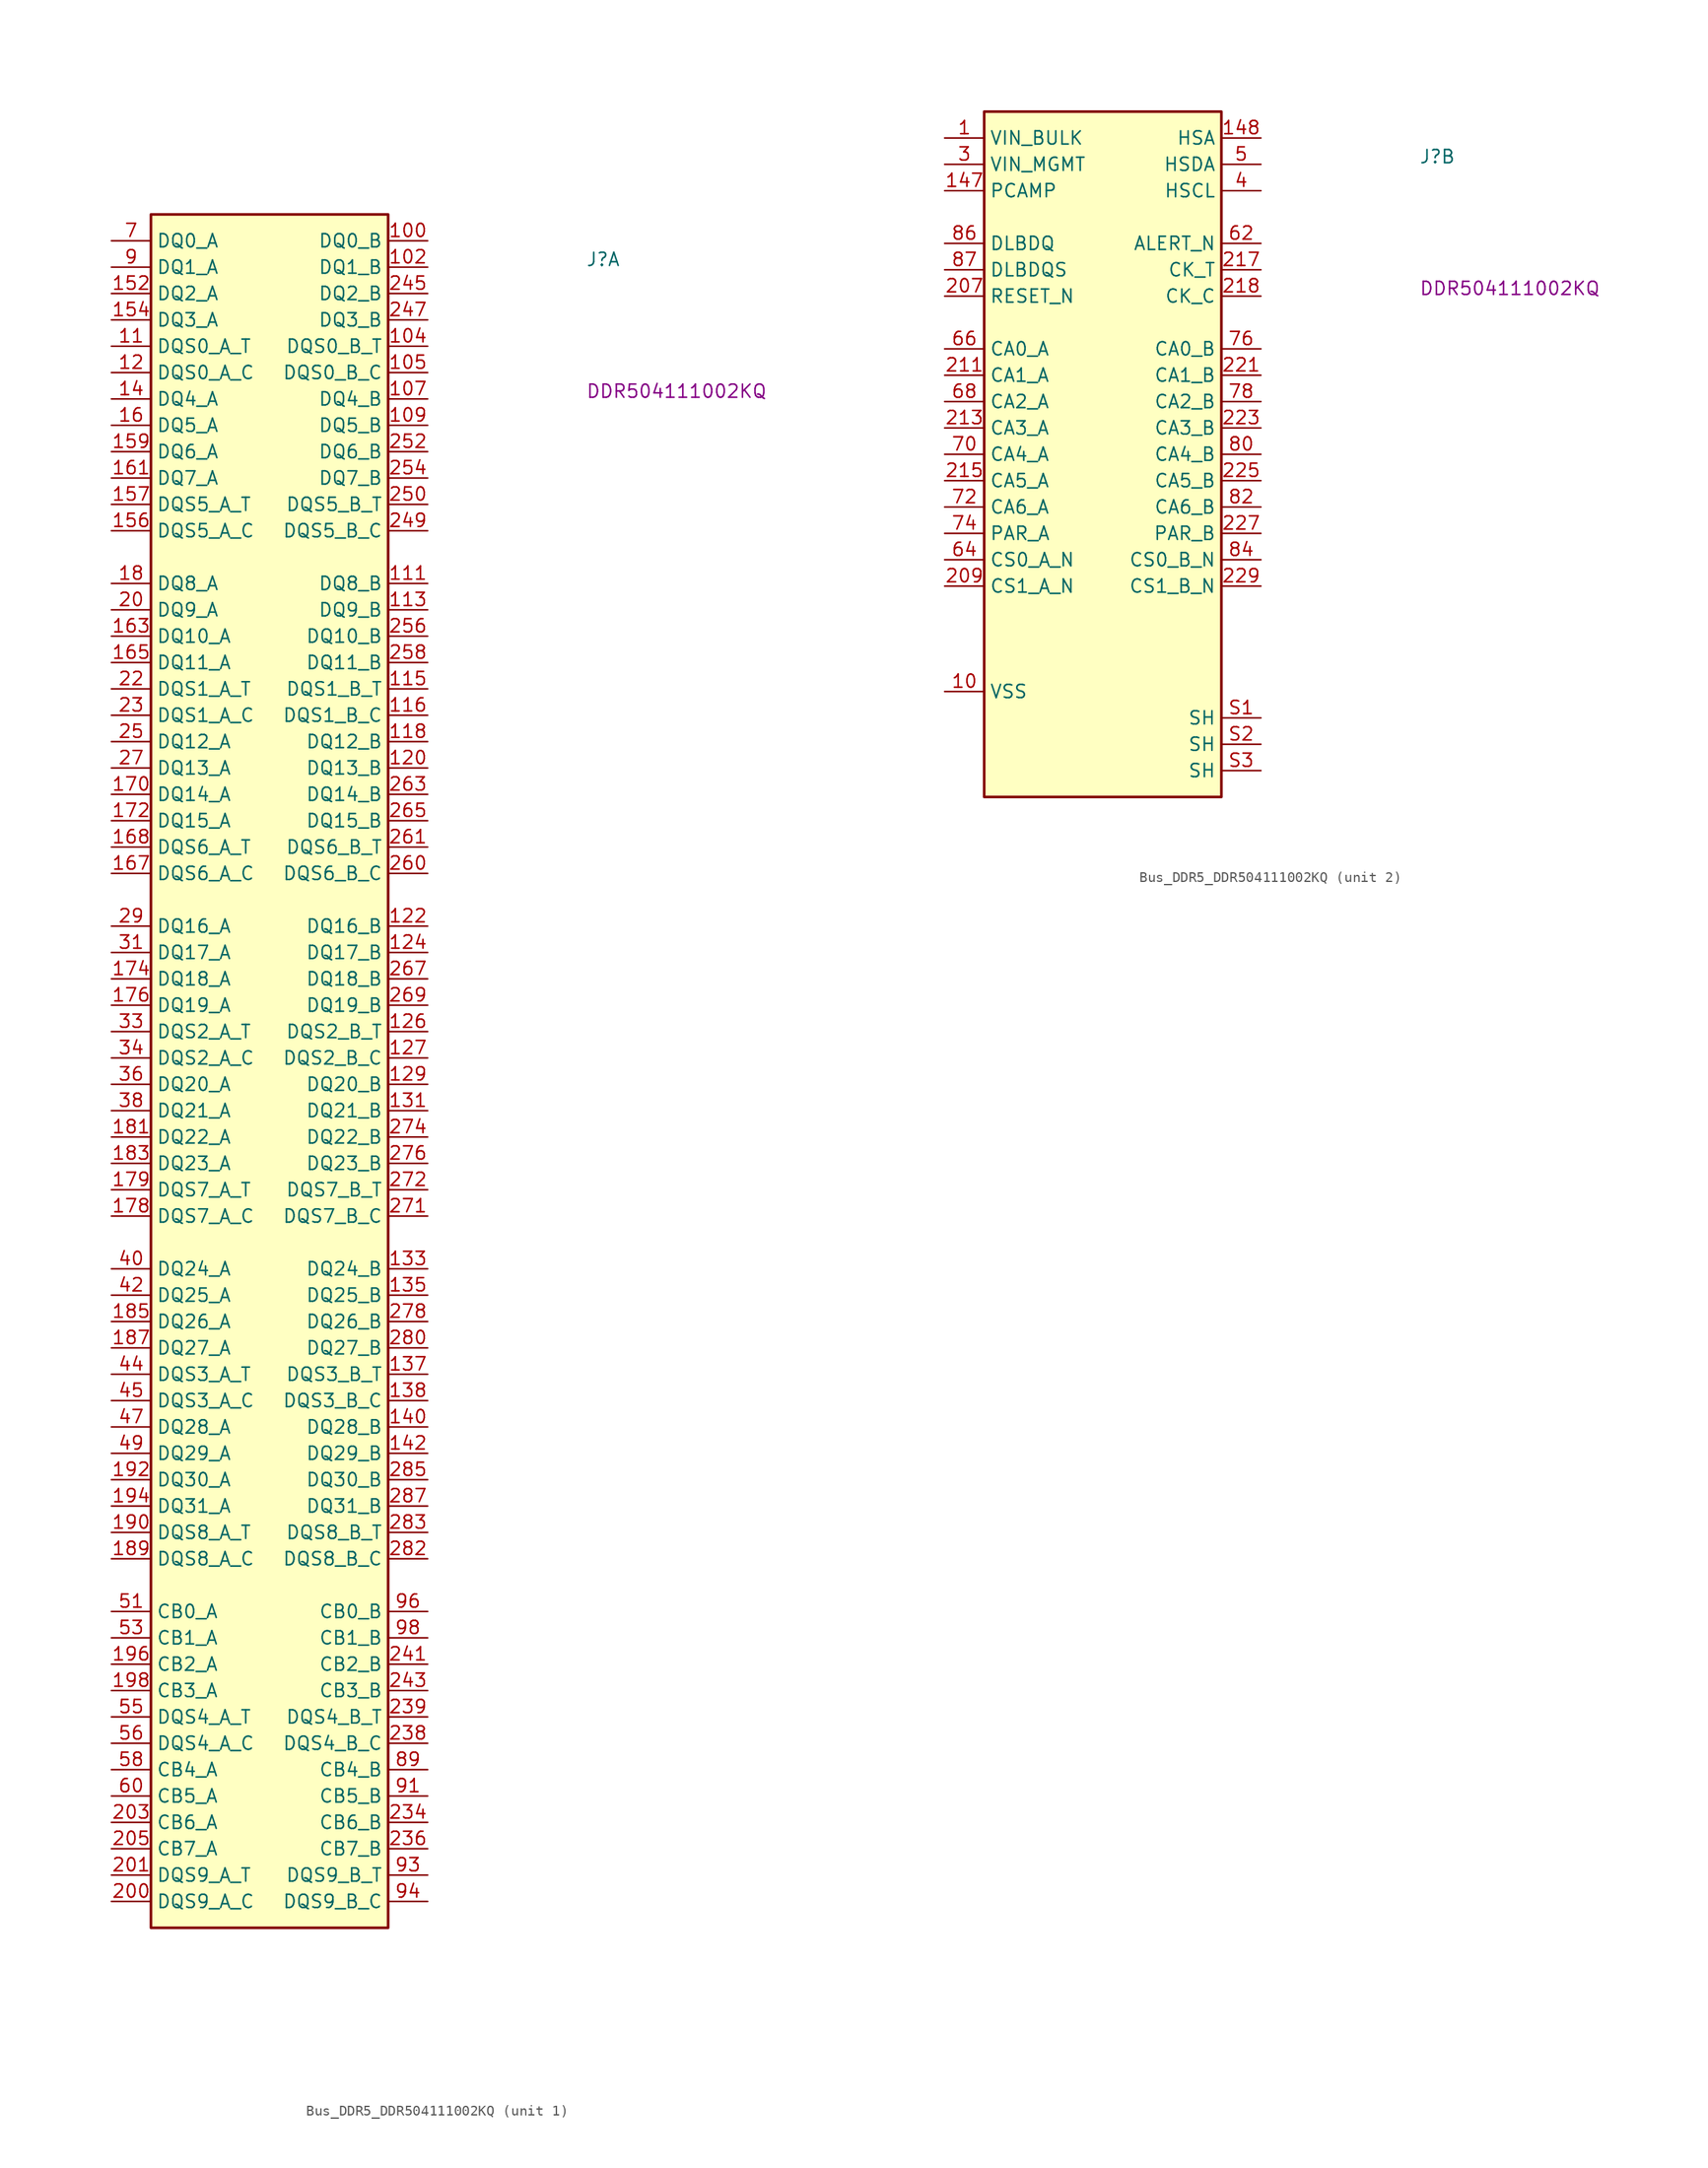
<source format=kicad_sym>
(kicad_symbol_lib
  (version 20220914)
  (generator kicad_symbol_editor)
  (symbol "Bus_DDR5_DDR504111002KQ"
    (property "Reference" "J"
      (at 45.72 -2.54 0)
      (effects (font (size 1.27 1.27) (thickness 0.15)) (justify left bottom)))
    (property "MPN" "DDR504111002KQ"
      (at 45.72 -15.24 0)
      (effects (font (size 1.27 1.27) (thickness 0.15)) (justify left bottom)))
    (property "ki_locked" ""
      (at 0 0 0)
      (effects (font (size 1.27 1.27))))
    (symbol "Bus_DDR5_DDR504111002KQ_1_1"
      (rectangle (start 3.81 2.54) (end 26.67 -162.56) (stroke (width 0.254) (type default)) (fill (type background)))
      (pin input line (at 30.48 0 180) (length 3.81) (name "DQ0_B" (effects (font (size 1.27 1.27)))) (number "100" (effects (font (size 1.27 1.27)))))
      (pin input line (at 30.48 -2.54 180) (length 3.81) (name "DQ1_B" (effects (font (size 1.27 1.27)))) (number "102" (effects (font (size 1.27 1.27)))))
      (pin input line (at 30.48 -10.16 180) (length 3.81) (name "DQS0_B_T" (effects (font (size 1.27 1.27)))) (number "104" (effects (font (size 1.27 1.27)))))
      (pin input line (at 30.48 -12.7 180) (length 3.81) (name "DQS0_B_C" (effects (font (size 1.27 1.27)))) (number "105" (effects (font (size 1.27 1.27)))))
      (pin input line (at 30.48 -15.24 180) (length 3.81) (name "DQ4_B" (effects (font (size 1.27 1.27)))) (number "107" (effects (font (size 1.27 1.27)))))
      (pin input line (at 30.48 -17.78 180) (length 3.81) (name "DQ5_B" (effects (font (size 1.27 1.27)))) (number "109" (effects (font (size 1.27 1.27)))))
      (pin input line (at 0 -10.16 0) (length 3.81) (name "DQS0_A_T" (effects (font (size 1.27 1.27)))) (number "11" (effects (font (size 1.27 1.27)))))
      (pin input line (at 30.48 -33.02 180) (length 3.81) (name "DQ8_B" (effects (font (size 1.27 1.27)))) (number "111" (effects (font (size 1.27 1.27)))))
      (pin input line (at 30.48 -35.56 180) (length 3.81) (name "DQ9_B" (effects (font (size 1.27 1.27)))) (number "113" (effects (font (size 1.27 1.27)))))
      (pin input line (at 30.48 -43.18 180) (length 3.81) (name "DQS1_B_T" (effects (font (size 1.27 1.27)))) (number "115" (effects (font (size 1.27 1.27)))))
      (pin input line (at 30.48 -45.72 180) (length 3.81) (name "DQS1_B_C" (effects (font (size 1.27 1.27)))) (number "116" (effects (font (size 1.27 1.27)))))
      (pin input line (at 30.48 -48.26 180) (length 3.81) (name "DQ12_B" (effects (font (size 1.27 1.27)))) (number "118" (effects (font (size 1.27 1.27)))))
      (pin input line (at 0 -12.7 0) (length 3.81) (name "DQS0_A_C" (effects (font (size 1.27 1.27)))) (number "12" (effects (font (size 1.27 1.27)))))
      (pin input line (at 30.48 -50.8 180) (length 3.81) (name "DQ13_B" (effects (font (size 1.27 1.27)))) (number "120" (effects (font (size 1.27 1.27)))))
      (pin input line (at 30.48 -66.04 180) (length 3.81) (name "DQ16_B" (effects (font (size 1.27 1.27)))) (number "122" (effects (font (size 1.27 1.27)))))
      (pin input line (at 30.48 -68.58 180) (length 3.81) (name "DQ17_B" (effects (font (size 1.27 1.27)))) (number "124" (effects (font (size 1.27 1.27)))))
      (pin input line (at 30.48 -76.2 180) (length 3.81) (name "DQS2_B_T" (effects (font (size 1.27 1.27)))) (number "126" (effects (font (size 1.27 1.27)))))
      (pin input line (at 30.48 -78.74 180) (length 3.81) (name "DQS2_B_C" (effects (font (size 1.27 1.27)))) (number "127" (effects (font (size 1.27 1.27)))))
      (pin input line (at 30.48 -81.28 180) (length 3.81) (name "DQ20_B" (effects (font (size 1.27 1.27)))) (number "129" (effects (font (size 1.27 1.27)))))
      (pin input line (at 30.48 -83.82 180) (length 3.81) (name "DQ21_B" (effects (font (size 1.27 1.27)))) (number "131" (effects (font (size 1.27 1.27)))))
      (pin input line (at 30.48 -99.06 180) (length 3.81) (name "DQ24_B" (effects (font (size 1.27 1.27)))) (number "133" (effects (font (size 1.27 1.27)))))
      (pin input line (at 30.48 -101.6 180) (length 3.81) (name "DQ25_B" (effects (font (size 1.27 1.27)))) (number "135" (effects (font (size 1.27 1.27)))))
      (pin input line (at 30.48 -109.22 180) (length 3.81) (name "DQS3_B_T" (effects (font (size 1.27 1.27)))) (number "137" (effects (font (size 1.27 1.27)))))
      (pin input line (at 30.48 -111.76 180) (length 3.81) (name "DQS3_B_C" (effects (font (size 1.27 1.27)))) (number "138" (effects (font (size 1.27 1.27)))))
      (pin input line (at 0 -15.24 0) (length 3.81) (name "DQ4_A" (effects (font (size 1.27 1.27)))) (number "14" (effects (font (size 1.27 1.27)))))
      (pin input line (at 30.48 -114.3 180) (length 3.81) (name "DQ28_B" (effects (font (size 1.27 1.27)))) (number "140" (effects (font (size 1.27 1.27)))))
      (pin input line (at 30.48 -116.84 180) (length 3.81) (name "DQ29_B" (effects (font (size 1.27 1.27)))) (number "142" (effects (font (size 1.27 1.27)))))
      (pin input line (at 0 -5.08 0) (length 3.81) (name "DQ2_A" (effects (font (size 1.27 1.27)))) (number "152" (effects (font (size 1.27 1.27)))))
      (pin input line (at 0 -7.62 0) (length 3.81) (name "DQ3_A" (effects (font (size 1.27 1.27)))) (number "154" (effects (font (size 1.27 1.27)))))
      (pin input line (at 0 -27.94 0) (length 3.81) (name "DQS5_A_C" (effects (font (size 1.27 1.27)))) (number "156" (effects (font (size 1.27 1.27)))))
      (pin input line (at 0 -25.4 0) (length 3.81) (name "DQS5_A_T" (effects (font (size 1.27 1.27)))) (number "157" (effects (font (size 1.27 1.27)))))
      (pin input line (at 0 -20.32 0) (length 3.81) (name "DQ6_A" (effects (font (size 1.27 1.27)))) (number "159" (effects (font (size 1.27 1.27)))))
      (pin input line (at 0 -17.78 0) (length 3.81) (name "DQ5_A" (effects (font (size 1.27 1.27)))) (number "16" (effects (font (size 1.27 1.27)))))
      (pin input line (at 0 -22.86 0) (length 3.81) (name "DQ7_A" (effects (font (size 1.27 1.27)))) (number "161" (effects (font (size 1.27 1.27)))))
      (pin input line (at 0 -38.1 0) (length 3.81) (name "DQ10_A" (effects (font (size 1.27 1.27)))) (number "163" (effects (font (size 1.27 1.27)))))
      (pin input line (at 0 -40.64 0) (length 3.81) (name "DQ11_A" (effects (font (size 1.27 1.27)))) (number "165" (effects (font (size 1.27 1.27)))))
      (pin input line (at 0 -60.96 0) (length 3.81) (name "DQS6_A_C" (effects (font (size 1.27 1.27)))) (number "167" (effects (font (size 1.27 1.27)))))
      (pin input line (at 0 -58.42 0) (length 3.81) (name "DQS6_A_T" (effects (font (size 1.27 1.27)))) (number "168" (effects (font (size 1.27 1.27)))))
      (pin input line (at 0 -53.34 0) (length 3.81) (name "DQ14_A" (effects (font (size 1.27 1.27)))) (number "170" (effects (font (size 1.27 1.27)))))
      (pin input line (at 0 -55.88 0) (length 3.81) (name "DQ15_A" (effects (font (size 1.27 1.27)))) (number "172" (effects (font (size 1.27 1.27)))))
      (pin input line (at 0 -71.12 0) (length 3.81) (name "DQ18_A" (effects (font (size 1.27 1.27)))) (number "174" (effects (font (size 1.27 1.27)))))
      (pin input line (at 0 -73.66 0) (length 3.81) (name "DQ19_A" (effects (font (size 1.27 1.27)))) (number "176" (effects (font (size 1.27 1.27)))))
      (pin input line (at 0 -93.98 0) (length 3.81) (name "DQS7_A_C" (effects (font (size 1.27 1.27)))) (number "178" (effects (font (size 1.27 1.27)))))
      (pin input line (at 0 -91.44 0) (length 3.81) (name "DQS7_A_T" (effects (font (size 1.27 1.27)))) (number "179" (effects (font (size 1.27 1.27)))))
      (pin input line (at 0 -33.02 0) (length 3.81) (name "DQ8_A" (effects (font (size 1.27 1.27)))) (number "18" (effects (font (size 1.27 1.27)))))
      (pin input line (at 0 -86.36 0) (length 3.81) (name "DQ22_A" (effects (font (size 1.27 1.27)))) (number "181" (effects (font (size 1.27 1.27)))))
      (pin input line (at 0 -88.9 0) (length 3.81) (name "DQ23_A" (effects (font (size 1.27 1.27)))) (number "183" (effects (font (size 1.27 1.27)))))
      (pin input line (at 0 -104.14 0) (length 3.81) (name "DQ26_A" (effects (font (size 1.27 1.27)))) (number "185" (effects (font (size 1.27 1.27)))))
      (pin input line (at 0 -106.68 0) (length 3.81) (name "DQ27_A" (effects (font (size 1.27 1.27)))) (number "187" (effects (font (size 1.27 1.27)))))
      (pin input line (at 0 -127 0) (length 3.81) (name "DQS8_A_C" (effects (font (size 1.27 1.27)))) (number "189" (effects (font (size 1.27 1.27)))))
      (pin input line (at 0 -124.46 0) (length 3.81) (name "DQS8_A_T" (effects (font (size 1.27 1.27)))) (number "190" (effects (font (size 1.27 1.27)))))
      (pin input line (at 0 -119.38 0) (length 3.81) (name "DQ30_A" (effects (font (size 1.27 1.27)))) (number "192" (effects (font (size 1.27 1.27)))))
      (pin input line (at 0 -121.92 0) (length 3.81) (name "DQ31_A" (effects (font (size 1.27 1.27)))) (number "194" (effects (font (size 1.27 1.27)))))
      (pin input line (at 0 -137.16 0) (length 3.81) (name "CB2_A" (effects (font (size 1.27 1.27)))) (number "196" (effects (font (size 1.27 1.27)))))
      (pin input line (at 0 -139.7 0) (length 3.81) (name "CB3_A" (effects (font (size 1.27 1.27)))) (number "198" (effects (font (size 1.27 1.27)))))
      (pin input line (at 0 -35.56 0) (length 3.81) (name "DQ9_A" (effects (font (size 1.27 1.27)))) (number "20" (effects (font (size 1.27 1.27)))))
      (pin input line (at 0 -160.02 0) (length 3.81) (name "DQS9_A_C" (effects (font (size 1.27 1.27)))) (number "200" (effects (font (size 1.27 1.27)))))
      (pin input line (at 0 -157.48 0) (length 3.81) (name "DQS9_A_T" (effects (font (size 1.27 1.27)))) (number "201" (effects (font (size 1.27 1.27)))))
      (pin input line (at 0 -152.4 0) (length 3.81) (name "CB6_A" (effects (font (size 1.27 1.27)))) (number "203" (effects (font (size 1.27 1.27)))))
      (pin input line (at 0 -154.94 0) (length 3.81) (name "CB7_A" (effects (font (size 1.27 1.27)))) (number "205" (effects (font (size 1.27 1.27)))))
      (pin input line (at 0 -43.18 0) (length 3.81) (name "DQS1_A_T" (effects (font (size 1.27 1.27)))) (number "22" (effects (font (size 1.27 1.27)))))
      (pin input line (at 0 -45.72 0) (length 3.81) (name "DQS1_A_C" (effects (font (size 1.27 1.27)))) (number "23" (effects (font (size 1.27 1.27)))))
      (pin input line (at 30.48 -152.4 180) (length 3.81) (name "CB6_B" (effects (font (size 1.27 1.27)))) (number "234" (effects (font (size 1.27 1.27)))))
      (pin input line (at 30.48 -154.94 180) (length 3.81) (name "CB7_B" (effects (font (size 1.27 1.27)))) (number "236" (effects (font (size 1.27 1.27)))))
      (pin input line (at 30.48 -144.78 180) (length 3.81) (name "DQS4_B_C" (effects (font (size 1.27 1.27)))) (number "238" (effects (font (size 1.27 1.27)))))
      (pin input line (at 30.48 -142.24 180) (length 3.81) (name "DQS4_B_T" (effects (font (size 1.27 1.27)))) (number "239" (effects (font (size 1.27 1.27)))))
      (pin input line (at 30.48 -137.16 180) (length 3.81) (name "CB2_B" (effects (font (size 1.27 1.27)))) (number "241" (effects (font (size 1.27 1.27)))))
      (pin input line (at 30.48 -139.7 180) (length 3.81) (name "CB3_B" (effects (font (size 1.27 1.27)))) (number "243" (effects (font (size 1.27 1.27)))))
      (pin input line (at 30.48 -5.08 180) (length 3.81) (name "DQ2_B" (effects (font (size 1.27 1.27)))) (number "245" (effects (font (size 1.27 1.27)))))
      (pin input line (at 30.48 -7.62 180) (length 3.81) (name "DQ3_B" (effects (font (size 1.27 1.27)))) (number "247" (effects (font (size 1.27 1.27)))))
      (pin input line (at 30.48 -27.94 180) (length 3.81) (name "DQS5_B_C" (effects (font (size 1.27 1.27)))) (number "249" (effects (font (size 1.27 1.27)))))
      (pin input line (at 0 -48.26 0) (length 3.81) (name "DQ12_A" (effects (font (size 1.27 1.27)))) (number "25" (effects (font (size 1.27 1.27)))))
      (pin input line (at 30.48 -25.4 180) (length 3.81) (name "DQS5_B_T" (effects (font (size 1.27 1.27)))) (number "250" (effects (font (size 1.27 1.27)))))
      (pin input line (at 30.48 -20.32 180) (length 3.81) (name "DQ6_B" (effects (font (size 1.27 1.27)))) (number "252" (effects (font (size 1.27 1.27)))))
      (pin input line (at 30.48 -22.86 180) (length 3.81) (name "DQ7_B" (effects (font (size 1.27 1.27)))) (number "254" (effects (font (size 1.27 1.27)))))
      (pin input line (at 30.48 -38.1 180) (length 3.81) (name "DQ10_B" (effects (font (size 1.27 1.27)))) (number "256" (effects (font (size 1.27 1.27)))))
      (pin input line (at 30.48 -40.64 180) (length 3.81) (name "DQ11_B" (effects (font (size 1.27 1.27)))) (number "258" (effects (font (size 1.27 1.27)))))
      (pin input line (at 30.48 -60.96 180) (length 3.81) (name "DQS6_B_C" (effects (font (size 1.27 1.27)))) (number "260" (effects (font (size 1.27 1.27)))))
      (pin input line (at 30.48 -58.42 180) (length 3.81) (name "DQS6_B_T" (effects (font (size 1.27 1.27)))) (number "261" (effects (font (size 1.27 1.27)))))
      (pin input line (at 30.48 -53.34 180) (length 3.81) (name "DQ14_B" (effects (font (size 1.27 1.27)))) (number "263" (effects (font (size 1.27 1.27)))))
      (pin input line (at 30.48 -55.88 180) (length 3.81) (name "DQ15_B" (effects (font (size 1.27 1.27)))) (number "265" (effects (font (size 1.27 1.27)))))
      (pin input line (at 30.48 -71.12 180) (length 3.81) (name "DQ18_B" (effects (font (size 1.27 1.27)))) (number "267" (effects (font (size 1.27 1.27)))))
      (pin input line (at 30.48 -73.66 180) (length 3.81) (name "DQ19_B" (effects (font (size 1.27 1.27)))) (number "269" (effects (font (size 1.27 1.27)))))
      (pin input line (at 0 -50.8 0) (length 3.81) (name "DQ13_A" (effects (font (size 1.27 1.27)))) (number "27" (effects (font (size 1.27 1.27)))))
      (pin input line (at 30.48 -93.98 180) (length 3.81) (name "DQS7_B_C" (effects (font (size 1.27 1.27)))) (number "271" (effects (font (size 1.27 1.27)))))
      (pin input line (at 30.48 -91.44 180) (length 3.81) (name "DQS7_B_T" (effects (font (size 1.27 1.27)))) (number "272" (effects (font (size 1.27 1.27)))))
      (pin input line (at 30.48 -86.36 180) (length 3.81) (name "DQ22_B" (effects (font (size 1.27 1.27)))) (number "274" (effects (font (size 1.27 1.27)))))
      (pin input line (at 30.48 -88.9 180) (length 3.81) (name "DQ23_B" (effects (font (size 1.27 1.27)))) (number "276" (effects (font (size 1.27 1.27)))))
      (pin input line (at 30.48 -104.14 180) (length 3.81) (name "DQ26_B" (effects (font (size 1.27 1.27)))) (number "278" (effects (font (size 1.27 1.27)))))
      (pin input line (at 30.48 -106.68 180) (length 3.81) (name "DQ27_B" (effects (font (size 1.27 1.27)))) (number "280" (effects (font (size 1.27 1.27)))))
      (pin input line (at 30.48 -127 180) (length 3.81) (name "DQS8_B_C" (effects (font (size 1.27 1.27)))) (number "282" (effects (font (size 1.27 1.27)))))
      (pin input line (at 30.48 -124.46 180) (length 3.81) (name "DQS8_B_T" (effects (font (size 1.27 1.27)))) (number "283" (effects (font (size 1.27 1.27)))))
      (pin input line (at 30.48 -119.38 180) (length 3.81) (name "DQ30_B" (effects (font (size 1.27 1.27)))) (number "285" (effects (font (size 1.27 1.27)))))
      (pin input line (at 30.48 -121.92 180) (length 3.81) (name "DQ31_B" (effects (font (size 1.27 1.27)))) (number "287" (effects (font (size 1.27 1.27)))))
      (pin input line (at 0 -66.04 0) (length 3.81) (name "DQ16_A" (effects (font (size 1.27 1.27)))) (number "29" (effects (font (size 1.27 1.27)))))
      (pin input line (at 0 -68.58 0) (length 3.81) (name "DQ17_A" (effects (font (size 1.27 1.27)))) (number "31" (effects (font (size 1.27 1.27)))))
      (pin input line (at 0 -76.2 0) (length 3.81) (name "DQS2_A_T" (effects (font (size 1.27 1.27)))) (number "33" (effects (font (size 1.27 1.27)))))
      (pin input line (at 0 -78.74 0) (length 3.81) (name "DQS2_A_C" (effects (font (size 1.27 1.27)))) (number "34" (effects (font (size 1.27 1.27)))))
      (pin input line (at 0 -81.28 0) (length 3.81) (name "DQ20_A" (effects (font (size 1.27 1.27)))) (number "36" (effects (font (size 1.27 1.27)))))
      (pin input line (at 0 -83.82 0) (length 3.81) (name "DQ21_A" (effects (font (size 1.27 1.27)))) (number "38" (effects (font (size 1.27 1.27)))))
      (pin input line (at 0 -99.06 0) (length 3.81) (name "DQ24_A" (effects (font (size 1.27 1.27)))) (number "40" (effects (font (size 1.27 1.27)))))
      (pin input line (at 0 -101.6 0) (length 3.81) (name "DQ25_A" (effects (font (size 1.27 1.27)))) (number "42" (effects (font (size 1.27 1.27)))))
      (pin input line (at 0 -109.22 0) (length 3.81) (name "DQS3_A_T" (effects (font (size 1.27 1.27)))) (number "44" (effects (font (size 1.27 1.27)))))
      (pin input line (at 0 -111.76 0) (length 3.81) (name "DQS3_A_C" (effects (font (size 1.27 1.27)))) (number "45" (effects (font (size 1.27 1.27)))))
      (pin input line (at 0 -114.3 0) (length 3.81) (name "DQ28_A" (effects (font (size 1.27 1.27)))) (number "47" (effects (font (size 1.27 1.27)))))
      (pin input line (at 0 -116.84 0) (length 3.81) (name "DQ29_A" (effects (font (size 1.27 1.27)))) (number "49" (effects (font (size 1.27 1.27)))))
      (pin input line (at 0 -132.08 0) (length 3.81) (name "CB0_A" (effects (font (size 1.27 1.27)))) (number "51" (effects (font (size 1.27 1.27)))))
      (pin input line (at 0 -134.62 0) (length 3.81) (name "CB1_A" (effects (font (size 1.27 1.27)))) (number "53" (effects (font (size 1.27 1.27)))))
      (pin input line (at 0 -142.24 0) (length 3.81) (name "DQS4_A_T" (effects (font (size 1.27 1.27)))) (number "55" (effects (font (size 1.27 1.27)))))
      (pin input line (at 0 -144.78 0) (length 3.81) (name "DQS4_A_C" (effects (font (size 1.27 1.27)))) (number "56" (effects (font (size 1.27 1.27)))))
      (pin input line (at 0 -147.32 0) (length 3.81) (name "CB4_A" (effects (font (size 1.27 1.27)))) (number "58" (effects (font (size 1.27 1.27)))))
      (pin input line (at 0 -149.86 0) (length 3.81) (name "CB5_A" (effects (font (size 1.27 1.27)))) (number "60" (effects (font (size 1.27 1.27)))))
      (pin input line (at 0 0 0) (length 3.81) (name "DQ0_A" (effects (font (size 1.27 1.27)))) (number "7" (effects (font (size 1.27 1.27)))))
      (pin input line (at 30.48 -147.32 180) (length 3.81) (name "CB4_B" (effects (font (size 1.27 1.27)))) (number "89" (effects (font (size 1.27 1.27)))))
      (pin input line (at 0 -2.54 0) (length 3.81) (name "DQ1_A" (effects (font (size 1.27 1.27)))) (number "9" (effects (font (size 1.27 1.27)))))
      (pin input line (at 30.48 -149.86 180) (length 3.81) (name "CB5_B" (effects (font (size 1.27 1.27)))) (number "91" (effects (font (size 1.27 1.27)))))
      (pin input line (at 30.48 -157.48 180) (length 3.81) (name "DQS9_B_T" (effects (font (size 1.27 1.27)))) (number "93" (effects (font (size 1.27 1.27)))))
      (pin input line (at 30.48 -160.02 180) (length 3.81) (name "DQS9_B_C" (effects (font (size 1.27 1.27)))) (number "94" (effects (font (size 1.27 1.27)))))
      (pin input line (at 30.48 -132.08 180) (length 3.81) (name "CB0_B" (effects (font (size 1.27 1.27)))) (number "96" (effects (font (size 1.27 1.27)))))
      (pin input line (at 30.48 -134.62 180) (length 3.81) (name "CB1_B" (effects (font (size 1.27 1.27)))) (number "98" (effects (font (size 1.27 1.27))))))
    (symbol "Bus_DDR5_DDR504111002KQ_2_1"
      (rectangle (start 3.81 2.54) (end 26.67 -63.5) (stroke (width 0.254) (type default)) (fill (type background)))
      (pin input line (at 0 0 0) (length 3.81) (name "VIN_BULK" (effects (font (size 1.27 1.27)))) (number "1" (effects (font (size 1.27 1.27)))))
      (pin input line (at 0 -53.34 0) (length 3.81) (name "VSS" (effects (font (size 1.27 1.27)))) (number "10" (effects (font (size 1.27 1.27)))))
      (pin passive line (at 0 -53.34 0) (length 3.81) hide (name "VSS" (effects (font (size 1.27 1.27)))) (number "101" (effects (font (size 1.27 1.27)))))
      (pin passive line (at 0 -53.34 0) (length 3.81) hide (name "VSS" (effects (font (size 1.27 1.27)))) (number "103" (effects (font (size 1.27 1.27)))))
      (pin passive line (at 0 -53.34 0) (length 3.81) hide (name "VSS" (effects (font (size 1.27 1.27)))) (number "106" (effects (font (size 1.27 1.27)))))
      (pin passive line (at 0 -53.34 0) (length 3.81) hide (name "VSS" (effects (font (size 1.27 1.27)))) (number "108" (effects (font (size 1.27 1.27)))))
      (pin passive line (at 0 -53.34 0) (length 3.81) hide (name "VSS" (effects (font (size 1.27 1.27)))) (number "110" (effects (font (size 1.27 1.27)))))
      (pin passive line (at 0 -53.34 0) (length 3.81) hide (name "VSS" (effects (font (size 1.27 1.27)))) (number "112" (effects (font (size 1.27 1.27)))))
      (pin passive line (at 0 -53.34 0) (length 3.81) hide (name "VSS" (effects (font (size 1.27 1.27)))) (number "114" (effects (font (size 1.27 1.27)))))
      (pin passive line (at 0 -53.34 0) (length 3.81) hide (name "VSS" (effects (font (size 1.27 1.27)))) (number "117" (effects (font (size 1.27 1.27)))))
      (pin passive line (at 0 -53.34 0) (length 3.81) hide (name "VSS" (effects (font (size 1.27 1.27)))) (number "119" (effects (font (size 1.27 1.27)))))
      (pin passive line (at 0 -53.34 0) (length 3.81) hide (name "VSS" (effects (font (size 1.27 1.27)))) (number "121" (effects (font (size 1.27 1.27)))))
      (pin passive line (at 0 -53.34 0) (length 3.81) hide (name "VSS" (effects (font (size 1.27 1.27)))) (number "123" (effects (font (size 1.27 1.27)))))
      (pin passive line (at 0 -53.34 0) (length 3.81) hide (name "VSS" (effects (font (size 1.27 1.27)))) (number "125" (effects (font (size 1.27 1.27)))))
      (pin passive line (at 0 -53.34 0) (length 3.81) hide (name "VSS" (effects (font (size 1.27 1.27)))) (number "128" (effects (font (size 1.27 1.27)))))
      (pin passive line (at 0 -53.34 0) (length 3.81) hide (name "VSS" (effects (font (size 1.27 1.27)))) (number "13" (effects (font (size 1.27 1.27)))))
      (pin passive line (at 0 -53.34 0) (length 3.81) hide (name "VSS" (effects (font (size 1.27 1.27)))) (number "130" (effects (font (size 1.27 1.27)))))
      (pin passive line (at 0 -53.34 0) (length 3.81) hide (name "VSS" (effects (font (size 1.27 1.27)))) (number "132" (effects (font (size 1.27 1.27)))))
      (pin passive line (at 0 -53.34 0) (length 3.81) hide (name "VSS" (effects (font (size 1.27 1.27)))) (number "134" (effects (font (size 1.27 1.27)))))
      (pin passive line (at 0 -53.34 0) (length 3.81) hide (name "VSS" (effects (font (size 1.27 1.27)))) (number "136" (effects (font (size 1.27 1.27)))))
      (pin passive line (at 0 -53.34 0) (length 3.81) hide (name "VSS" (effects (font (size 1.27 1.27)))) (number "139" (effects (font (size 1.27 1.27)))))
      (pin passive line (at 0 -53.34 0) (length 3.81) hide (name "VSS" (effects (font (size 1.27 1.27)))) (number "141" (effects (font (size 1.27 1.27)))))
      (pin passive line (at 0 -53.34 0) (length 3.81) hide (name "VSS" (effects (font (size 1.27 1.27)))) (number "143" (effects (font (size 1.27 1.27)))))
      (pin no_connect line (at 3.81 -50.8 0) (length 3.81) hide (name "RFU" (effects (font (size 1.27 1.27)))) (number "144" (effects (font (size 1.27 1.27)))))
      (pin passive line (at 0 0 0) (length 3.81) hide (name "VIN_BULK" (effects (font (size 1.27 1.27)))) (number "145" (effects (font (size 1.27 1.27)))))
      (pin passive line (at 0 0 0) (length 3.81) hide (name "VIN_BULK" (effects (font (size 1.27 1.27)))) (number "146" (effects (font (size 1.27 1.27)))))
      (pin input line (at 0 -5.08 0) (length 3.81) (name "PCAMP" (effects (font (size 1.27 1.27)))) (number "147" (effects (font (size 1.27 1.27)))))
      (pin input line (at 30.48 0 180) (length 3.81) (name "HSA" (effects (font (size 1.27 1.27)))) (number "148" (effects (font (size 1.27 1.27)))))
      (pin no_connect line (at 26.67 -45.72 180) (length 3.81) hide (name "RFU" (effects (font (size 1.27 1.27)))) (number "149" (effects (font (size 1.27 1.27)))))
      (pin passive line (at 0 -53.34 0) (length 3.81) hide (name "VSS" (effects (font (size 1.27 1.27)))) (number "15" (effects (font (size 1.27 1.27)))))
      (pin no_connect line (at 3.81 -45.72 0) (length 3.81) hide (name "RFU" (effects (font (size 1.27 1.27)))) (number "150" (effects (font (size 1.27 1.27)))))
      (pin passive line (at 0 -53.34 0) (length 3.81) hide (name "VSS" (effects (font (size 1.27 1.27)))) (number "151" (effects (font (size 1.27 1.27)))))
      (pin passive line (at 0 -53.34 0) (length 3.81) hide (name "VSS" (effects (font (size 1.27 1.27)))) (number "153" (effects (font (size 1.27 1.27)))))
      (pin passive line (at 0 -53.34 0) (length 3.81) hide (name "VSS" (effects (font (size 1.27 1.27)))) (number "155" (effects (font (size 1.27 1.27)))))
      (pin passive line (at 0 -53.34 0) (length 3.81) hide (name "VSS" (effects (font (size 1.27 1.27)))) (number "158" (effects (font (size 1.27 1.27)))))
      (pin passive line (at 0 -53.34 0) (length 3.81) hide (name "VSS" (effects (font (size 1.27 1.27)))) (number "160" (effects (font (size 1.27 1.27)))))
      (pin passive line (at 0 -53.34 0) (length 3.81) hide (name "VSS" (effects (font (size 1.27 1.27)))) (number "162" (effects (font (size 1.27 1.27)))))
      (pin passive line (at 0 -53.34 0) (length 3.81) hide (name "VSS" (effects (font (size 1.27 1.27)))) (number "164" (effects (font (size 1.27 1.27)))))
      (pin passive line (at 0 -53.34 0) (length 3.81) hide (name "VSS" (effects (font (size 1.27 1.27)))) (number "166" (effects (font (size 1.27 1.27)))))
      (pin passive line (at 0 -53.34 0) (length 3.81) hide (name "VSS" (effects (font (size 1.27 1.27)))) (number "169" (effects (font (size 1.27 1.27)))))
      (pin passive line (at 0 -53.34 0) (length 3.81) hide (name "VSS" (effects (font (size 1.27 1.27)))) (number "17" (effects (font (size 1.27 1.27)))))
      (pin passive line (at 0 -53.34 0) (length 3.81) hide (name "VSS" (effects (font (size 1.27 1.27)))) (number "171" (effects (font (size 1.27 1.27)))))
      (pin passive line (at 0 -53.34 0) (length 3.81) hide (name "VSS" (effects (font (size 1.27 1.27)))) (number "173" (effects (font (size 1.27 1.27)))))
      (pin passive line (at 0 -53.34 0) (length 3.81) hide (name "VSS" (effects (font (size 1.27 1.27)))) (number "175" (effects (font (size 1.27 1.27)))))
      (pin passive line (at 0 -53.34 0) (length 3.81) hide (name "VSS" (effects (font (size 1.27 1.27)))) (number "177" (effects (font (size 1.27 1.27)))))
      (pin passive line (at 0 -53.34 0) (length 3.81) hide (name "VSS" (effects (font (size 1.27 1.27)))) (number "180" (effects (font (size 1.27 1.27)))))
      (pin passive line (at 0 -53.34 0) (length 3.81) hide (name "VSS" (effects (font (size 1.27 1.27)))) (number "182" (effects (font (size 1.27 1.27)))))
      (pin passive line (at 0 -53.34 0) (length 3.81) hide (name "VSS" (effects (font (size 1.27 1.27)))) (number "184" (effects (font (size 1.27 1.27)))))
      (pin passive line (at 0 -53.34 0) (length 3.81) hide (name "VSS" (effects (font (size 1.27 1.27)))) (number "186" (effects (font (size 1.27 1.27)))))
      (pin passive line (at 0 -53.34 0) (length 3.81) hide (name "VSS" (effects (font (size 1.27 1.27)))) (number "188" (effects (font (size 1.27 1.27)))))
      (pin passive line (at 0 -53.34 0) (length 3.81) hide (name "VSS" (effects (font (size 1.27 1.27)))) (number "19" (effects (font (size 1.27 1.27)))))
      (pin passive line (at 0 -53.34 0) (length 3.81) hide (name "VSS" (effects (font (size 1.27 1.27)))) (number "191" (effects (font (size 1.27 1.27)))))
      (pin passive line (at 0 -53.34 0) (length 3.81) hide (name "VSS" (effects (font (size 1.27 1.27)))) (number "193" (effects (font (size 1.27 1.27)))))
      (pin passive line (at 0 -53.34 0) (length 3.81) hide (name "VSS" (effects (font (size 1.27 1.27)))) (number "195" (effects (font (size 1.27 1.27)))))
      (pin passive line (at 0 -53.34 0) (length 3.81) hide (name "VSS" (effects (font (size 1.27 1.27)))) (number "197" (effects (font (size 1.27 1.27)))))
      (pin passive line (at 0 -53.34 0) (length 3.81) hide (name "VSS" (effects (font (size 1.27 1.27)))) (number "199" (effects (font (size 1.27 1.27)))))
      (pin no_connect line (at 3.81 -48.26 0) (length 3.81) hide (name "RFU" (effects (font (size 1.27 1.27)))) (number "2" (effects (font (size 1.27 1.27)))))
      (pin passive line (at 0 -53.34 0) (length 3.81) hide (name "VSS" (effects (font (size 1.27 1.27)))) (number "202" (effects (font (size 1.27 1.27)))))
      (pin passive line (at 0 -53.34 0) (length 3.81) hide (name "VSS" (effects (font (size 1.27 1.27)))) (number "204" (effects (font (size 1.27 1.27)))))
      (pin passive line (at 0 -53.34 0) (length 3.81) hide (name "VSS" (effects (font (size 1.27 1.27)))) (number "206" (effects (font (size 1.27 1.27)))))
      (pin input line (at 0 -15.24 0) (length 3.81) (name "RESET_N" (effects (font (size 1.27 1.27)))) (number "207" (effects (font (size 1.27 1.27)))))
      (pin passive line (at 0 -53.34 0) (length 3.81) hide (name "VSS" (effects (font (size 1.27 1.27)))) (number "208" (effects (font (size 1.27 1.27)))))
      (pin input line (at 0 -43.18 0) (length 3.81) (name "CS1_A_N" (effects (font (size 1.27 1.27)))) (number "209" (effects (font (size 1.27 1.27)))))
      (pin passive line (at 0 -53.34 0) (length 3.81) hide (name "VSS" (effects (font (size 1.27 1.27)))) (number "21" (effects (font (size 1.27 1.27)))))
      (pin passive line (at 0 -53.34 0) (length 3.81) hide (name "VSS" (effects (font (size 1.27 1.27)))) (number "210" (effects (font (size 1.27 1.27)))))
      (pin input line (at 0 -22.86 0) (length 3.81) (name "CA1_A" (effects (font (size 1.27 1.27)))) (number "211" (effects (font (size 1.27 1.27)))))
      (pin passive line (at 0 -53.34 0) (length 3.81) hide (name "VSS" (effects (font (size 1.27 1.27)))) (number "212" (effects (font (size 1.27 1.27)))))
      (pin input line (at 0 -27.94 0) (length 3.81) (name "CA3_A" (effects (font (size 1.27 1.27)))) (number "213" (effects (font (size 1.27 1.27)))))
      (pin passive line (at 0 -53.34 0) (length 3.81) hide (name "VSS" (effects (font (size 1.27 1.27)))) (number "214" (effects (font (size 1.27 1.27)))))
      (pin input line (at 0 -33.02 0) (length 3.81) (name "CA5_A" (effects (font (size 1.27 1.27)))) (number "215" (effects (font (size 1.27 1.27)))))
      (pin passive line (at 0 -53.34 0) (length 3.81) hide (name "VSS" (effects (font (size 1.27 1.27)))) (number "216" (effects (font (size 1.27 1.27)))))
      (pin input line (at 30.48 -12.7 180) (length 3.81) (name "CK_T" (effects (font (size 1.27 1.27)))) (number "217" (effects (font (size 1.27 1.27)))))
      (pin input line (at 30.48 -15.24 180) (length 3.81) (name "CK_C" (effects (font (size 1.27 1.27)))) (number "218" (effects (font (size 1.27 1.27)))))
      (pin passive line (at 0 -53.34 0) (length 3.81) hide (name "VSS" (effects (font (size 1.27 1.27)))) (number "219" (effects (font (size 1.27 1.27)))))
      (pin no_connect line (at 26.67 -50.8 180) (length 3.81) hide (name "RFU" (effects (font (size 1.27 1.27)))) (number "220" (effects (font (size 1.27 1.27)))))
      (pin input line (at 30.48 -22.86 180) (length 3.81) (name "CA1_B" (effects (font (size 1.27 1.27)))) (number "221" (effects (font (size 1.27 1.27)))))
      (pin passive line (at 0 -53.34 0) (length 3.81) hide (name "VSS" (effects (font (size 1.27 1.27)))) (number "222" (effects (font (size 1.27 1.27)))))
      (pin input line (at 30.48 -27.94 180) (length 3.81) (name "CA3_B" (effects (font (size 1.27 1.27)))) (number "223" (effects (font (size 1.27 1.27)))))
      (pin passive line (at 0 -53.34 0) (length 3.81) hide (name "VSS" (effects (font (size 1.27 1.27)))) (number "224" (effects (font (size 1.27 1.27)))))
      (pin input line (at 30.48 -33.02 180) (length 3.81) (name "CA5_B" (effects (font (size 1.27 1.27)))) (number "225" (effects (font (size 1.27 1.27)))))
      (pin passive line (at 0 -53.34 0) (length 3.81) hide (name "VSS" (effects (font (size 1.27 1.27)))) (number "226" (effects (font (size 1.27 1.27)))))
      (pin input line (at 30.48 -38.1 180) (length 3.81) (name "PAR_B" (effects (font (size 1.27 1.27)))) (number "227" (effects (font (size 1.27 1.27)))))
      (pin passive line (at 0 -53.34 0) (length 3.81) hide (name "VSS" (effects (font (size 1.27 1.27)))) (number "228" (effects (font (size 1.27 1.27)))))
      (pin input line (at 30.48 -43.18 180) (length 3.81) (name "CS1_B_N" (effects (font (size 1.27 1.27)))) (number "229" (effects (font (size 1.27 1.27)))))
      (pin passive line (at 0 -53.34 0) (length 3.81) hide (name "VSS" (effects (font (size 1.27 1.27)))) (number "230" (effects (font (size 1.27 1.27)))))
      (pin no_connect line (at 26.67 -53.34 180) (length 3.81) hide (name "RFU" (effects (font (size 1.27 1.27)))) (number "231" (effects (font (size 1.27 1.27)))))
      (pin no_connect line (at 26.67 -48.26 180) (length 3.81) hide (name "RFU" (effects (font (size 1.27 1.27)))) (number "232" (effects (font (size 1.27 1.27)))))
      (pin passive line (at 0 -53.34 0) (length 3.81) hide (name "VSS" (effects (font (size 1.27 1.27)))) (number "233" (effects (font (size 1.27 1.27)))))
      (pin passive line (at 0 -53.34 0) (length 3.81) hide (name "VSS" (effects (font (size 1.27 1.27)))) (number "235" (effects (font (size 1.27 1.27)))))
      (pin passive line (at 0 -53.34 0) (length 3.81) hide (name "VSS" (effects (font (size 1.27 1.27)))) (number "237" (effects (font (size 1.27 1.27)))))
      (pin passive line (at 0 -53.34 0) (length 3.81) hide (name "VSS" (effects (font (size 1.27 1.27)))) (number "24" (effects (font (size 1.27 1.27)))))
      (pin passive line (at 0 -53.34 0) (length 3.81) hide (name "VSS" (effects (font (size 1.27 1.27)))) (number "240" (effects (font (size 1.27 1.27)))))
      (pin passive line (at 0 -53.34 0) (length 3.81) hide (name "VSS" (effects (font (size 1.27 1.27)))) (number "242" (effects (font (size 1.27 1.27)))))
      (pin passive line (at 0 -53.34 0) (length 3.81) hide (name "VSS" (effects (font (size 1.27 1.27)))) (number "244" (effects (font (size 1.27 1.27)))))
      (pin passive line (at 0 -53.34 0) (length 3.81) hide (name "VSS" (effects (font (size 1.27 1.27)))) (number "246" (effects (font (size 1.27 1.27)))))
      (pin passive line (at 0 -53.34 0) (length 3.81) hide (name "VSS" (effects (font (size 1.27 1.27)))) (number "248" (effects (font (size 1.27 1.27)))))
      (pin passive line (at 0 -53.34 0) (length 3.81) hide (name "VSS" (effects (font (size 1.27 1.27)))) (number "251" (effects (font (size 1.27 1.27)))))
      (pin passive line (at 0 -53.34 0) (length 3.81) hide (name "VSS" (effects (font (size 1.27 1.27)))) (number "253" (effects (font (size 1.27 1.27)))))
      (pin passive line (at 0 -53.34 0) (length 3.81) hide (name "VSS" (effects (font (size 1.27 1.27)))) (number "255" (effects (font (size 1.27 1.27)))))
      (pin passive line (at 0 -53.34 0) (length 3.81) hide (name "VSS" (effects (font (size 1.27 1.27)))) (number "257" (effects (font (size 1.27 1.27)))))
      (pin passive line (at 0 -53.34 0) (length 3.81) hide (name "VSS" (effects (font (size 1.27 1.27)))) (number "259" (effects (font (size 1.27 1.27)))))
      (pin passive line (at 0 -53.34 0) (length 3.81) hide (name "VSS" (effects (font (size 1.27 1.27)))) (number "26" (effects (font (size 1.27 1.27)))))
      (pin passive line (at 0 -53.34 0) (length 3.81) hide (name "VSS" (effects (font (size 1.27 1.27)))) (number "262" (effects (font (size 1.27 1.27)))))
      (pin passive line (at 0 -53.34 0) (length 3.81) hide (name "VSS" (effects (font (size 1.27 1.27)))) (number "264" (effects (font (size 1.27 1.27)))))
      (pin passive line (at 0 -53.34 0) (length 3.81) hide (name "VSS" (effects (font (size 1.27 1.27)))) (number "266" (effects (font (size 1.27 1.27)))))
      (pin passive line (at 0 -53.34 0) (length 3.81) hide (name "VSS" (effects (font (size 1.27 1.27)))) (number "268" (effects (font (size 1.27 1.27)))))
      (pin passive line (at 0 -53.34 0) (length 3.81) hide (name "VSS" (effects (font (size 1.27 1.27)))) (number "270" (effects (font (size 1.27 1.27)))))
      (pin passive line (at 0 -53.34 0) (length 3.81) hide (name "VSS" (effects (font (size 1.27 1.27)))) (number "273" (effects (font (size 1.27 1.27)))))
      (pin passive line (at 0 -53.34 0) (length 3.81) hide (name "VSS" (effects (font (size 1.27 1.27)))) (number "275" (effects (font (size 1.27 1.27)))))
      (pin passive line (at 0 -53.34 0) (length 3.81) hide (name "VSS" (effects (font (size 1.27 1.27)))) (number "277" (effects (font (size 1.27 1.27)))))
      (pin passive line (at 0 -53.34 0) (length 3.81) hide (name "VSS" (effects (font (size 1.27 1.27)))) (number "279" (effects (font (size 1.27 1.27)))))
      (pin passive line (at 0 -53.34 0) (length 3.81) hide (name "VSS" (effects (font (size 1.27 1.27)))) (number "28" (effects (font (size 1.27 1.27)))))
      (pin passive line (at 0 -53.34 0) (length 3.81) hide (name "VSS" (effects (font (size 1.27 1.27)))) (number "281" (effects (font (size 1.27 1.27)))))
      (pin passive line (at 0 -53.34 0) (length 3.81) hide (name "VSS" (effects (font (size 1.27 1.27)))) (number "284" (effects (font (size 1.27 1.27)))))
      (pin passive line (at 0 -53.34 0) (length 3.81) hide (name "VSS" (effects (font (size 1.27 1.27)))) (number "286" (effects (font (size 1.27 1.27)))))
      (pin passive line (at 0 -53.34 0) (length 3.81) hide (name "VSS" (effects (font (size 1.27 1.27)))) (number "288" (effects (font (size 1.27 1.27)))))
      (pin input line (at 0 -2.54 0) (length 3.81) (name "VIN_MGMT" (effects (font (size 1.27 1.27)))) (number "3" (effects (font (size 1.27 1.27)))))
      (pin passive line (at 0 -53.34 0) (length 3.81) hide (name "VSS" (effects (font (size 1.27 1.27)))) (number "30" (effects (font (size 1.27 1.27)))))
      (pin passive line (at 0 -53.34 0) (length 3.81) hide (name "VSS" (effects (font (size 1.27 1.27)))) (number "32" (effects (font (size 1.27 1.27)))))
      (pin passive line (at 0 -53.34 0) (length 3.81) hide (name "VSS" (effects (font (size 1.27 1.27)))) (number "35" (effects (font (size 1.27 1.27)))))
      (pin passive line (at 0 -53.34 0) (length 3.81) hide (name "VSS" (effects (font (size 1.27 1.27)))) (number "37" (effects (font (size 1.27 1.27)))))
      (pin passive line (at 0 -53.34 0) (length 3.81) hide (name "VSS" (effects (font (size 1.27 1.27)))) (number "39" (effects (font (size 1.27 1.27)))))
      (pin input line (at 30.48 -5.08 180) (length 3.81) (name "HSCL" (effects (font (size 1.27 1.27)))) (number "4" (effects (font (size 1.27 1.27)))))
      (pin passive line (at 0 -53.34 0) (length 3.81) hide (name "VSS" (effects (font (size 1.27 1.27)))) (number "41" (effects (font (size 1.27 1.27)))))
      (pin passive line (at 0 -53.34 0) (length 3.81) hide (name "VSS" (effects (font (size 1.27 1.27)))) (number "43" (effects (font (size 1.27 1.27)))))
      (pin passive line (at 0 -53.34 0) (length 3.81) hide (name "VSS" (effects (font (size 1.27 1.27)))) (number "46" (effects (font (size 1.27 1.27)))))
      (pin passive line (at 0 -53.34 0) (length 3.81) hide (name "VSS" (effects (font (size 1.27 1.27)))) (number "48" (effects (font (size 1.27 1.27)))))
      (pin input line (at 30.48 -2.54 180) (length 3.81) (name "HSDA" (effects (font (size 1.27 1.27)))) (number "5" (effects (font (size 1.27 1.27)))))
      (pin passive line (at 0 -53.34 0) (length 3.81) hide (name "VSS" (effects (font (size 1.27 1.27)))) (number "50" (effects (font (size 1.27 1.27)))))
      (pin passive line (at 0 -53.34 0) (length 3.81) hide (name "VSS" (effects (font (size 1.27 1.27)))) (number "52" (effects (font (size 1.27 1.27)))))
      (pin passive line (at 0 -53.34 0) (length 3.81) hide (name "VSS" (effects (font (size 1.27 1.27)))) (number "54" (effects (font (size 1.27 1.27)))))
      (pin passive line (at 0 -53.34 0) (length 3.81) hide (name "VSS" (effects (font (size 1.27 1.27)))) (number "57" (effects (font (size 1.27 1.27)))))
      (pin passive line (at 0 -53.34 0) (length 3.81) hide (name "VSS" (effects (font (size 1.27 1.27)))) (number "59" (effects (font (size 1.27 1.27)))))
      (pin passive line (at 0 -53.34 0) (length 3.81) hide (name "VSS" (effects (font (size 1.27 1.27)))) (number "6" (effects (font (size 1.27 1.27)))))
      (pin passive line (at 0 -53.34 0) (length 3.81) hide (name "VSS" (effects (font (size 1.27 1.27)))) (number "61" (effects (font (size 1.27 1.27)))))
      (pin input line (at 30.48 -10.16 180) (length 3.81) (name "ALERT_N" (effects (font (size 1.27 1.27)))) (number "62" (effects (font (size 1.27 1.27)))))
      (pin passive line (at 0 -53.34 0) (length 3.81) hide (name "VSS" (effects (font (size 1.27 1.27)))) (number "63" (effects (font (size 1.27 1.27)))))
      (pin input line (at 0 -40.64 0) (length 3.81) (name "CS0_A_N" (effects (font (size 1.27 1.27)))) (number "64" (effects (font (size 1.27 1.27)))))
      (pin passive line (at 0 -53.34 0) (length 3.81) hide (name "VSS" (effects (font (size 1.27 1.27)))) (number "65" (effects (font (size 1.27 1.27)))))
      (pin input line (at 0 -20.32 0) (length 3.81) (name "CA0_A" (effects (font (size 1.27 1.27)))) (number "66" (effects (font (size 1.27 1.27)))))
      (pin passive line (at 0 -53.34 0) (length 3.81) hide (name "VSS" (effects (font (size 1.27 1.27)))) (number "67" (effects (font (size 1.27 1.27)))))
      (pin input line (at 0 -25.4 0) (length 3.81) (name "CA2_A" (effects (font (size 1.27 1.27)))) (number "68" (effects (font (size 1.27 1.27)))))
      (pin passive line (at 0 -53.34 0) (length 3.81) hide (name "VSS" (effects (font (size 1.27 1.27)))) (number "69" (effects (font (size 1.27 1.27)))))
      (pin input line (at 0 -30.48 0) (length 3.81) (name "CA4_A" (effects (font (size 1.27 1.27)))) (number "70" (effects (font (size 1.27 1.27)))))
      (pin passive line (at 0 -53.34 0) (length 3.81) hide (name "VSS" (effects (font (size 1.27 1.27)))) (number "71" (effects (font (size 1.27 1.27)))))
      (pin input line (at 0 -35.56 0) (length 3.81) (name "CA6_A" (effects (font (size 1.27 1.27)))) (number "72" (effects (font (size 1.27 1.27)))))
      (pin passive line (at 0 -53.34 0) (length 3.81) hide (name "VSS" (effects (font (size 1.27 1.27)))) (number "73" (effects (font (size 1.27 1.27)))))
      (pin input line (at 0 -38.1 0) (length 3.81) (name "PAR_A" (effects (font (size 1.27 1.27)))) (number "74" (effects (font (size 1.27 1.27)))))
      (pin passive line (at 0 -53.34 0) (length 3.81) hide (name "VSS" (effects (font (size 1.27 1.27)))) (number "75" (effects (font (size 1.27 1.27)))))
      (pin input line (at 30.48 -20.32 180) (length 3.81) (name "CA0_B" (effects (font (size 1.27 1.27)))) (number "76" (effects (font (size 1.27 1.27)))))
      (pin passive line (at 0 -53.34 0) (length 3.81) hide (name "VSS" (effects (font (size 1.27 1.27)))) (number "77" (effects (font (size 1.27 1.27)))))
      (pin input line (at 30.48 -25.4 180) (length 3.81) (name "CA2_B" (effects (font (size 1.27 1.27)))) (number "78" (effects (font (size 1.27 1.27)))))
      (pin passive line (at 0 -53.34 0) (length 3.81) hide (name "VSS" (effects (font (size 1.27 1.27)))) (number "79" (effects (font (size 1.27 1.27)))))
      (pin passive line (at 0 -53.34 0) (length 3.81) hide (name "VSS" (effects (font (size 1.27 1.27)))) (number "8" (effects (font (size 1.27 1.27)))))
      (pin input line (at 30.48 -30.48 180) (length 3.81) (name "CA4_B" (effects (font (size 1.27 1.27)))) (number "80" (effects (font (size 1.27 1.27)))))
      (pin passive line (at 0 -53.34 0) (length 3.81) hide (name "VSS" (effects (font (size 1.27 1.27)))) (number "81" (effects (font (size 1.27 1.27)))))
      (pin input line (at 30.48 -35.56 180) (length 3.81) (name "CA6_B" (effects (font (size 1.27 1.27)))) (number "82" (effects (font (size 1.27 1.27)))))
      (pin passive line (at 0 -53.34 0) (length 3.81) hide (name "VSS" (effects (font (size 1.27 1.27)))) (number "83" (effects (font (size 1.27 1.27)))))
      (pin input line (at 30.48 -40.64 180) (length 3.81) (name "CS0_B_N" (effects (font (size 1.27 1.27)))) (number "84" (effects (font (size 1.27 1.27)))))
      (pin passive line (at 0 -53.34 0) (length 3.81) hide (name "VSS" (effects (font (size 1.27 1.27)))) (number "85" (effects (font (size 1.27 1.27)))))
      (pin input line (at 0 -10.16 0) (length 3.81) (name "DLBDQ" (effects (font (size 1.27 1.27)))) (number "86" (effects (font (size 1.27 1.27)))))
      (pin input line (at 0 -12.7 0) (length 3.81) (name "DLBDQS" (effects (font (size 1.27 1.27)))) (number "87" (effects (font (size 1.27 1.27)))))
      (pin passive line (at 0 -53.34 0) (length 3.81) hide (name "VSS" (effects (font (size 1.27 1.27)))) (number "88" (effects (font (size 1.27 1.27)))))
      (pin passive line (at 0 -53.34 0) (length 3.81) hide (name "VSS" (effects (font (size 1.27 1.27)))) (number "90" (effects (font (size 1.27 1.27)))))
      (pin passive line (at 0 -53.34 0) (length 3.81) hide (name "VSS" (effects (font (size 1.27 1.27)))) (number "92" (effects (font (size 1.27 1.27)))))
      (pin passive line (at 0 -53.34 0) (length 3.81) hide (name "VSS" (effects (font (size 1.27 1.27)))) (number "95" (effects (font (size 1.27 1.27)))))
      (pin passive line (at 0 -53.34 0) (length 3.81) hide (name "VSS" (effects (font (size 1.27 1.27)))) (number "97" (effects (font (size 1.27 1.27)))))
      (pin passive line (at 0 -53.34 0) (length 3.81) hide (name "VSS" (effects (font (size 1.27 1.27)))) (number "99" (effects (font (size 1.27 1.27)))))
      (pin input line (at 30.48 -55.88 180) (length 3.81) (name "SH" (effects (font (size 1.27 1.27)))) (number "S1" (effects (font (size 1.27 1.27)))))
      (pin input line (at 30.48 -58.42 180) (length 3.81) (name "SH" (effects (font (size 1.27 1.27)))) (number "S2" (effects (font (size 1.27 1.27)))))
      (pin input line (at 30.48 -60.96 180) (length 3.81) (name "SH" (effects (font (size 1.27 1.27)))) (number "S3" (effects (font (size 1.27 1.27))))))))
</source>
